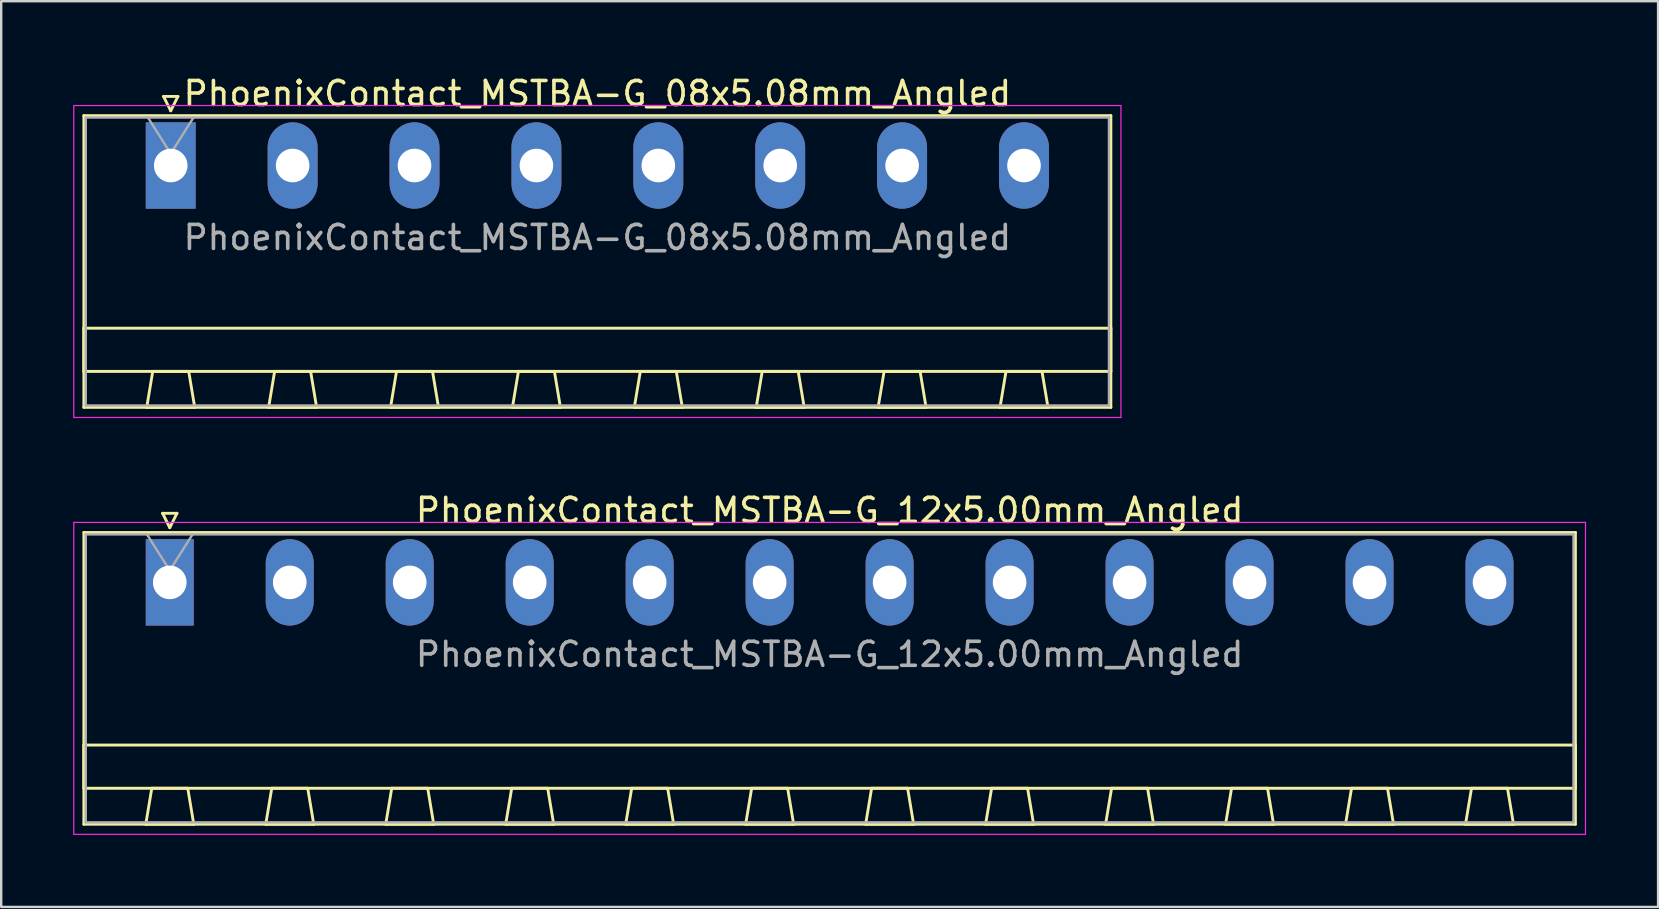
<source format=kicad_pcb>
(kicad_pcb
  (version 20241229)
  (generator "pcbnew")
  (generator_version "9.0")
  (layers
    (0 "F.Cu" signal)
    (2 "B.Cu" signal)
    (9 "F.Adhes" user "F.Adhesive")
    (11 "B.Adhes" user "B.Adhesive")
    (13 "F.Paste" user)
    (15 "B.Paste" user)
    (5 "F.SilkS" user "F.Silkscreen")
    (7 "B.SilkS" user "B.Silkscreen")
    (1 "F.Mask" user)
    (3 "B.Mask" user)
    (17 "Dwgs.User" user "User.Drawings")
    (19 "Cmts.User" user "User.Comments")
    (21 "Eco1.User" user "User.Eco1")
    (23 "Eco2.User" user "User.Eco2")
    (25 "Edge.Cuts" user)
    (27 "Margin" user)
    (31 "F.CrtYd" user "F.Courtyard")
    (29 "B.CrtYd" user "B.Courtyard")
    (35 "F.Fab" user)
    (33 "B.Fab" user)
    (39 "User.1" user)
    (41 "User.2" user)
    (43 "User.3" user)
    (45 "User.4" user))
  (footprint "PhoenixContact_MSTBA-G_12x5.00mm_Angled"
    (layer "F.Cu")
    (at 4.025 21.221)
    (property "Reference" "PhoenixContact_MSTBA-G_12x5.00mm_Angled" (at 27.5 -3 0) (layer "F.SilkS") (effects (font (size 1 1) (thickness 0.15))))
    (attr through_hole)
    (fp_line (start -3.58 -2.08) (end -3.58 10.08) (stroke (width 0.12) (type solid)) (layer "F.SilkS"))
    (fp_line (start -3.58 6.78) (end 58.58 6.78) (stroke (width 0.12) (type solid)) (layer "F.SilkS"))
    (fp_line (start -3.58 8.58) (end -3.58 6.78) (stroke (width 0.12) (type solid)) (layer "F.SilkS"))
    (fp_line (start -3.58 10.08) (end 58.58 10.08) (stroke (width 0.12) (type solid)) (layer "F.SilkS"))
    (fp_line (start -1 10.08) (end 1 10.08) (stroke (width 0.12) (type solid)) (layer "F.SilkS"))
    (fp_line (start -0.75 8.58) (end -1 10.08) (stroke (width 0.12) (type solid)) (layer "F.SilkS"))
    (fp_line (start -0.3 -2.88) (end 0.3 -2.88) (stroke (width 0.12) (type solid)) (layer "F.SilkS"))
    (fp_line (start 0 -2.28) (end -0.3 -2.88) (stroke (width 0.12) (type solid)) (layer "F.SilkS"))
    (fp_line (start 0.3 -2.88) (end 0 -2.28) (stroke (width 0.12) (type solid)) (layer "F.SilkS"))
    (fp_line (start 0.75 8.58) (end -0.75 8.58) (stroke (width 0.12) (type solid)) (layer "F.SilkS"))
    (fp_line (start 1 10.08) (end 0.75 8.58) (stroke (width 0.12) (type solid)) (layer "F.SilkS"))
    (fp_line (start 4 10.08) (end 6 10.08) (stroke (width 0.12) (type solid)) (layer "F.SilkS"))
    (fp_line (start 4.25 8.58) (end 4 10.08) (stroke (width 0.12) (type solid)) (layer "F.SilkS"))
    (fp_line (start 5.75 8.58) (end 4.25 8.58) (stroke (width 0.12) (type solid)) (layer "F.SilkS"))
    (fp_line (start 6 10.08) (end 5.75 8.58) (stroke (width 0.12) (type solid)) (layer "F.SilkS"))
    (fp_line (start 9 10.08) (end 11 10.08) (stroke (width 0.12) (type solid)) (layer "F.SilkS"))
    (fp_line (start 9.25 8.58) (end 9 10.08) (stroke (width 0.12) (type solid)) (layer "F.SilkS"))
    (fp_line (start 10.75 8.58) (end 9.25 8.58) (stroke (width 0.12) (type solid)) (layer "F.SilkS"))
    (fp_line (start 11 10.08) (end 10.75 8.58) (stroke (width 0.12) (type solid)) (layer "F.SilkS"))
    (fp_line (start 14 10.08) (end 16 10.08) (stroke (width 0.12) (type solid)) (layer "F.SilkS"))
    (fp_line (start 14.25 8.58) (end 14 10.08) (stroke (width 0.12) (type solid)) (layer "F.SilkS"))
    (fp_line (start 15.75 8.58) (end 14.25 8.58) (stroke (width 0.12) (type solid)) (layer "F.SilkS"))
    (fp_line (start 16 10.08) (end 15.75 8.58) (stroke (width 0.12) (type solid)) (layer "F.SilkS"))
    (fp_line (start 19 10.08) (end 21 10.08) (stroke (width 0.12) (type solid)) (layer "F.SilkS"))
    (fp_line (start 19.25 8.58) (end 19 10.08) (stroke (width 0.12) (type solid)) (layer "F.SilkS"))
    (fp_line (start 20.75 8.58) (end 19.25 8.58) (stroke (width 0.12) (type solid)) (layer "F.SilkS"))
    (fp_line (start 21 10.08) (end 20.75 8.58) (stroke (width 0.12) (type solid)) (layer "F.SilkS"))
    (fp_line (start 24 10.08) (end 26 10.08) (stroke (width 0.12) (type solid)) (layer "F.SilkS"))
    (fp_line (start 24.25 8.58) (end 24 10.08) (stroke (width 0.12) (type solid)) (layer "F.SilkS"))
    (fp_line (start 25.75 8.58) (end 24.25 8.58) (stroke (width 0.12) (type solid)) (layer "F.SilkS"))
    (fp_line (start 26 10.08) (end 25.75 8.58) (stroke (width 0.12) (type solid)) (layer "F.SilkS"))
    (fp_line (start 29 10.08) (end 31 10.08) (stroke (width 0.12) (type solid)) (layer "F.SilkS"))
    (fp_line (start 29.25 8.58) (end 29 10.08) (stroke (width 0.12) (type solid)) (layer "F.SilkS"))
    (fp_line (start 30.75 8.58) (end 29.25 8.58) (stroke (width 0.12) (type solid)) (layer "F.SilkS"))
    (fp_line (start 31 10.08) (end 30.75 8.58) (stroke (width 0.12) (type solid)) (layer "F.SilkS"))
    (fp_line (start 34 10.08) (end 36 10.08) (stroke (width 0.12) (type solid)) (layer "F.SilkS"))
    (fp_line (start 34.25 8.58) (end 34 10.08) (stroke (width 0.12) (type solid)) (layer "F.SilkS"))
    (fp_line (start 35.75 8.58) (end 34.25 8.58) (stroke (width 0.12) (type solid)) (layer "F.SilkS"))
    (fp_line (start 36 10.08) (end 35.75 8.58) (stroke (width 0.12) (type solid)) (layer "F.SilkS"))
    (fp_line (start 39 10.08) (end 41 10.08) (stroke (width 0.12) (type solid)) (layer "F.SilkS"))
    (fp_line (start 39.25 8.58) (end 39 10.08) (stroke (width 0.12) (type solid)) (layer "F.SilkS"))
    (fp_line (start 40.75 8.58) (end 39.25 8.58) (stroke (width 0.12) (type solid)) (layer "F.SilkS"))
    (fp_line (start 41 10.08) (end 40.75 8.58) (stroke (width 0.12) (type solid)) (layer "F.SilkS"))
    (fp_line (start 44 10.08) (end 46 10.08) (stroke (width 0.12) (type solid)) (layer "F.SilkS"))
    (fp_line (start 44.25 8.58) (end 44 10.08) (stroke (width 0.12) (type solid)) (layer "F.SilkS"))
    (fp_line (start 45.75 8.58) (end 44.25 8.58) (stroke (width 0.12) (type solid)) (layer "F.SilkS"))
    (fp_line (start 46 10.08) (end 45.75 8.58) (stroke (width 0.12) (type solid)) (layer "F.SilkS"))
    (fp_line (start 49 10.08) (end 51 10.08) (stroke (width 0.12) (type solid)) (layer "F.SilkS"))
    (fp_line (start 49.25 8.58) (end 49 10.08) (stroke (width 0.12) (type solid)) (layer "F.SilkS"))
    (fp_line (start 50.75 8.58) (end 49.25 8.58) (stroke (width 0.12) (type solid)) (layer "F.SilkS"))
    (fp_line (start 51 10.08) (end 50.75 8.58) (stroke (width 0.12) (type solid)) (layer "F.SilkS"))
    (fp_line (start 54 10.08) (end 56 10.08) (stroke (width 0.12) (type solid)) (layer "F.SilkS"))
    (fp_line (start 54.25 8.58) (end 54 10.08) (stroke (width 0.12) (type solid)) (layer "F.SilkS"))
    (fp_line (start 55.75 8.58) (end 54.25 8.58) (stroke (width 0.12) (type solid)) (layer "F.SilkS"))
    (fp_line (start 56 10.08) (end 55.75 8.58) (stroke (width 0.12) (type solid)) (layer "F.SilkS"))
    (fp_line (start 58.58 -2.08) (end -3.58 -2.08) (stroke (width 0.12) (type solid)) (layer "F.SilkS"))
    (fp_line (start 58.58 6.78) (end 58.58 8.58) (stroke (width 0.12) (type solid)) (layer "F.SilkS"))
    (fp_line (start 58.58 8.58) (end -3.58 8.58) (stroke (width 0.12) (type solid)) (layer "F.SilkS"))
    (fp_line (start 58.58 10.08) (end 58.58 -2.08) (stroke (width 0.12) (type solid)) (layer "F.SilkS"))
    (fp_line (start -4 -2.5) (end -4 10.5) (stroke (width 0.05) (type solid)) (layer "F.CrtYd"))
    (fp_line (start -4 10.5) (end 59 10.5) (stroke (width 0.05) (type solid)) (layer "F.CrtYd"))
    (fp_line (start 59 -2.5) (end -4 -2.5) (stroke (width 0.05) (type solid)) (layer "F.CrtYd"))
    (fp_line (start 59 10.5) (end 59 -2.5) (stroke (width 0.05) (type solid)) (layer "F.CrtYd"))
    (fp_line (start -3.5 -2) (end -3.5 10) (stroke (width 0.1) (type solid)) (layer "F.Fab"))
    (fp_line (start -3.5 10) (end 58.5 10) (stroke (width 0.1) (type solid)) (layer "F.Fab"))
    (fp_line (start 0 -0.5) (end -0.95 -2) (stroke (width 0.1) (type solid)) (layer "F.Fab"))
    (fp_line (start 0.95 -2) (end 0 -0.5) (stroke (width 0.1) (type solid)) (layer "F.Fab"))
    (fp_line (start 58.5 -2) (end -3.5 -2) (stroke (width 0.1) (type solid)) (layer "F.Fab"))
    (fp_line (start 58.5 10) (end 58.5 -2) (stroke (width 0.1) (type solid)) (layer "F.Fab"))
    (fp_text user "${REFERENCE}" (at 27.5 3 0) (layer "F.Fab") (effects (font (size 1 1) (thickness 0.15))))
    (pad "1" thru_hole rect (at 0 0) (size 2 3.6) (drill 1.4) (layers "*.Cu" "*.Mask"))
    (pad "2" thru_hole oval (at 5 0) (size 2 3.6) (drill 1.4) (layers "*.Cu" "*.Mask"))
    (pad "3" thru_hole oval (at 10 0) (size 2 3.6) (drill 1.4) (layers "*.Cu" "*.Mask"))
    (pad "4" thru_hole oval (at 15 0) (size 2 3.6) (drill 1.4) (layers "*.Cu" "*.Mask"))
    (pad "5" thru_hole oval (at 20 0) (size 2 3.6) (drill 1.4) (layers "*.Cu" "*.Mask"))
    (pad "6" thru_hole oval (at 25 0) (size 2 3.6) (drill 1.4) (layers "*.Cu" "*.Mask"))
    (pad "7" thru_hole oval (at 30 0) (size 2 3.6) (drill 1.4) (layers "*.Cu" "*.Mask"))
    (pad "8" thru_hole oval (at 35 0) (size 2 3.6) (drill 1.4) (layers "*.Cu" "*.Mask"))
    (pad "9" thru_hole oval (at 40 0) (size 2 3.6) (drill 1.4) (layers "*.Cu" "*.Mask"))
    (pad "10" thru_hole oval (at 45 0) (size 2 3.6) (drill 1.4) (layers "*.Cu" "*.Mask"))
    (pad "11" thru_hole oval (at 50 0) (size 2 3.6) (drill 1.4) (layers "*.Cu" "*.Mask"))
    (pad "12" thru_hole oval (at 55 0) (size 2 3.6) (drill 1.4) (layers "*.Cu" "*.Mask")))
  (footprint "PhoenixContact_MSTBA-G_08x5.08mm_Angled"
    (layer "F.Cu")
    (at 4.065 3.848)
    (property "Reference" "PhoenixContact_MSTBA-G_08x5.08mm_Angled" (at 17.78 -3 0) (layer "F.SilkS") (effects (font (size 1 1) (thickness 0.15))))
    (attr through_hole)
    (fp_line (start -3.62 -2.08) (end -3.62 10.08) (stroke (width 0.12) (type solid)) (layer "F.SilkS"))
    (fp_line (start -3.62 6.78) (end 39.18 6.78) (stroke (width 0.12) (type solid)) (layer "F.SilkS"))
    (fp_line (start -3.62 8.58) (end -3.62 6.78) (stroke (width 0.12) (type solid)) (layer "F.SilkS"))
    (fp_line (start -3.62 10.08) (end 39.18 10.08) (stroke (width 0.12) (type solid)) (layer "F.SilkS"))
    (fp_line (start -1 10.08) (end 1 10.08) (stroke (width 0.12) (type solid)) (layer "F.SilkS"))
    (fp_line (start -0.75 8.58) (end -1 10.08) (stroke (width 0.12) (type solid)) (layer "F.SilkS"))
    (fp_line (start -0.3 -2.88) (end 0.3 -2.88) (stroke (width 0.12) (type solid)) (layer "F.SilkS"))
    (fp_line (start 0 -2.28) (end -0.3 -2.88) (stroke (width 0.12) (type solid)) (layer "F.SilkS"))
    (fp_line (start 0.3 -2.88) (end 0 -2.28) (stroke (width 0.12) (type solid)) (layer "F.SilkS"))
    (fp_line (start 0.75 8.58) (end -0.75 8.58) (stroke (width 0.12) (type solid)) (layer "F.SilkS"))
    (fp_line (start 1 10.08) (end 0.75 8.58) (stroke (width 0.12) (type solid)) (layer "F.SilkS"))
    (fp_line (start 4.08 10.08) (end 6.08 10.08) (stroke (width 0.12) (type solid)) (layer "F.SilkS"))
    (fp_line (start 4.33 8.58) (end 4.08 10.08) (stroke (width 0.12) (type solid)) (layer "F.SilkS"))
    (fp_line (start 5.83 8.58) (end 4.33 8.58) (stroke (width 0.12) (type solid)) (layer "F.SilkS"))
    (fp_line (start 6.08 10.08) (end 5.83 8.58) (stroke (width 0.12) (type solid)) (layer "F.SilkS"))
    (fp_line (start 9.16 10.08) (end 11.16 10.08) (stroke (width 0.12) (type solid)) (layer "F.SilkS"))
    (fp_line (start 9.41 8.58) (end 9.16 10.08) (stroke (width 0.12) (type solid)) (layer "F.SilkS"))
    (fp_line (start 10.91 8.58) (end 9.41 8.58) (stroke (width 0.12) (type solid)) (layer "F.SilkS"))
    (fp_line (start 11.16 10.08) (end 10.91 8.58) (stroke (width 0.12) (type solid)) (layer "F.SilkS"))
    (fp_line (start 14.24 10.08) (end 16.24 10.08) (stroke (width 0.12) (type solid)) (layer "F.SilkS"))
    (fp_line (start 14.49 8.58) (end 14.24 10.08) (stroke (width 0.12) (type solid)) (layer "F.SilkS"))
    (fp_line (start 15.99 8.58) (end 14.49 8.58) (stroke (width 0.12) (type solid)) (layer "F.SilkS"))
    (fp_line (start 16.24 10.08) (end 15.99 8.58) (stroke (width 0.12) (type solid)) (layer "F.SilkS"))
    (fp_line (start 19.32 10.08) (end 21.32 10.08) (stroke (width 0.12) (type solid)) (layer "F.SilkS"))
    (fp_line (start 19.57 8.58) (end 19.32 10.08) (stroke (width 0.12) (type solid)) (layer "F.SilkS"))
    (fp_line (start 21.07 8.58) (end 19.57 8.58) (stroke (width 0.12) (type solid)) (layer "F.SilkS"))
    (fp_line (start 21.32 10.08) (end 21.07 8.58) (stroke (width 0.12) (type solid)) (layer "F.SilkS"))
    (fp_line (start 24.4 10.08) (end 26.4 10.08) (stroke (width 0.12) (type solid)) (layer "F.SilkS"))
    (fp_line (start 24.65 8.58) (end 24.4 10.08) (stroke (width 0.12) (type solid)) (layer "F.SilkS"))
    (fp_line (start 26.15 8.58) (end 24.65 8.58) (stroke (width 0.12) (type solid)) (layer "F.SilkS"))
    (fp_line (start 26.4 10.08) (end 26.15 8.58) (stroke (width 0.12) (type solid)) (layer "F.SilkS"))
    (fp_line (start 29.48 10.08) (end 31.48 10.08) (stroke (width 0.12) (type solid)) (layer "F.SilkS"))
    (fp_line (start 29.73 8.58) (end 29.48 10.08) (stroke (width 0.12) (type solid)) (layer "F.SilkS"))
    (fp_line (start 31.23 8.58) (end 29.73 8.58) (stroke (width 0.12) (type solid)) (layer "F.SilkS"))
    (fp_line (start 31.48 10.08) (end 31.23 8.58) (stroke (width 0.12) (type solid)) (layer "F.SilkS"))
    (fp_line (start 34.56 10.08) (end 36.56 10.08) (stroke (width 0.12) (type solid)) (layer "F.SilkS"))
    (fp_line (start 34.81 8.58) (end 34.56 10.08) (stroke (width 0.12) (type solid)) (layer "F.SilkS"))
    (fp_line (start 36.31 8.58) (end 34.81 8.58) (stroke (width 0.12) (type solid)) (layer "F.SilkS"))
    (fp_line (start 36.56 10.08) (end 36.31 8.58) (stroke (width 0.12) (type solid)) (layer "F.SilkS"))
    (fp_line (start 39.18 -2.08) (end -3.62 -2.08) (stroke (width 0.12) (type solid)) (layer "F.SilkS"))
    (fp_line (start 39.18 6.78) (end 39.18 8.58) (stroke (width 0.12) (type solid)) (layer "F.SilkS"))
    (fp_line (start 39.18 8.58) (end -3.62 8.58) (stroke (width 0.12) (type solid)) (layer "F.SilkS"))
    (fp_line (start 39.18 10.08) (end 39.18 -2.08) (stroke (width 0.12) (type solid)) (layer "F.SilkS"))
    (fp_line (start -4.04 -2.5) (end -4.04 10.5) (stroke (width 0.05) (type solid)) (layer "F.CrtYd"))
    (fp_line (start -4.04 10.5) (end 39.6 10.5) (stroke (width 0.05) (type solid)) (layer "F.CrtYd"))
    (fp_line (start 39.6 -2.5) (end -4.04 -2.5) (stroke (width 0.05) (type solid)) (layer "F.CrtYd"))
    (fp_line (start 39.6 10.5) (end 39.6 -2.5) (stroke (width 0.05) (type solid)) (layer "F.CrtYd"))
    (fp_line (start -3.54 -2) (end -3.54 10) (stroke (width 0.1) (type solid)) (layer "F.Fab"))
    (fp_line (start -3.54 10) (end 39.1 10) (stroke (width 0.1) (type solid)) (layer "F.Fab"))
    (fp_line (start 0 -0.5) (end -0.95 -2) (stroke (width 0.1) (type solid)) (layer "F.Fab"))
    (fp_line (start 0.95 -2) (end 0 -0.5) (stroke (width 0.1) (type solid)) (layer "F.Fab"))
    (fp_line (start 39.1 -2) (end -3.54 -2) (stroke (width 0.1) (type solid)) (layer "F.Fab"))
    (fp_line (start 39.1 10) (end 39.1 -2) (stroke (width 0.1) (type solid)) (layer "F.Fab"))
    (fp_text user "${REFERENCE}" (at 17.78 3 0) (layer "F.Fab") (effects (font (size 1 1) (thickness 0.15))))
    (pad "1" thru_hole rect (at 0 0) (size 2.08 3.6) (drill 1.4) (layers "*.Cu" "*.Mask"))
    (pad "2" thru_hole oval (at 5.08 0) (size 2.08 3.6) (drill 1.4) (layers "*.Cu" "*.Mask"))
    (pad "3" thru_hole oval (at 10.16 0) (size 2.08 3.6) (drill 1.4) (layers "*.Cu" "*.Mask"))
    (pad "4" thru_hole oval (at 15.24 0) (size 2.08 3.6) (drill 1.4) (layers "*.Cu" "*.Mask"))
    (pad "5" thru_hole oval (at 20.32 0) (size 2.08 3.6) (drill 1.4) (layers "*.Cu" "*.Mask"))
    (pad "6" thru_hole oval (at 25.4 0) (size 2.08 3.6) (drill 1.4) (layers "*.Cu" "*.Mask"))
    (pad "7" thru_hole oval (at 30.48 0) (size 2.08 3.6) (drill 1.4) (layers "*.Cu" "*.Mask"))
    (pad "8" thru_hole oval (at 35.56 0) (size 2.08 3.6) (drill 1.4) (layers "*.Cu" "*.Mask")))
  (gr_rect
    (start -3 -3)
    (end 66.05 34.746)
    (stroke (width 0.1) (type default))
    (fill no)
    (layer "Edge.Cuts")))
</source>
